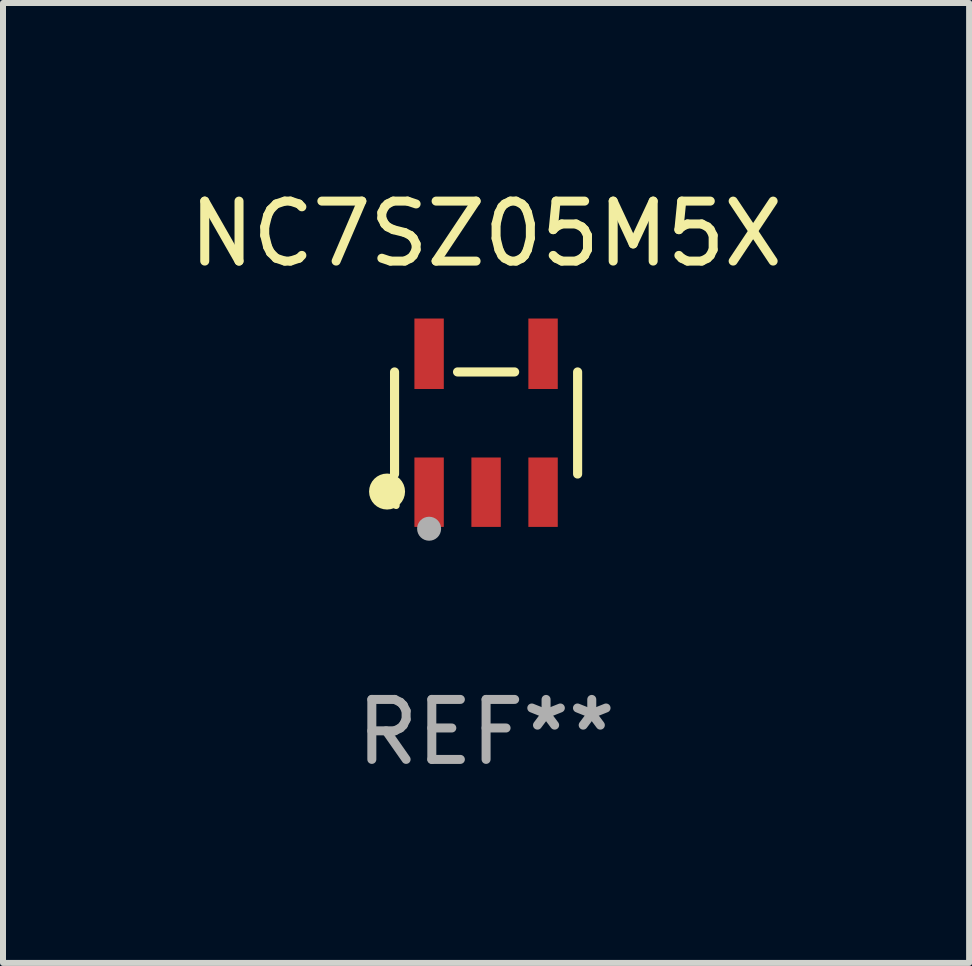
<source format=kicad_pcb>
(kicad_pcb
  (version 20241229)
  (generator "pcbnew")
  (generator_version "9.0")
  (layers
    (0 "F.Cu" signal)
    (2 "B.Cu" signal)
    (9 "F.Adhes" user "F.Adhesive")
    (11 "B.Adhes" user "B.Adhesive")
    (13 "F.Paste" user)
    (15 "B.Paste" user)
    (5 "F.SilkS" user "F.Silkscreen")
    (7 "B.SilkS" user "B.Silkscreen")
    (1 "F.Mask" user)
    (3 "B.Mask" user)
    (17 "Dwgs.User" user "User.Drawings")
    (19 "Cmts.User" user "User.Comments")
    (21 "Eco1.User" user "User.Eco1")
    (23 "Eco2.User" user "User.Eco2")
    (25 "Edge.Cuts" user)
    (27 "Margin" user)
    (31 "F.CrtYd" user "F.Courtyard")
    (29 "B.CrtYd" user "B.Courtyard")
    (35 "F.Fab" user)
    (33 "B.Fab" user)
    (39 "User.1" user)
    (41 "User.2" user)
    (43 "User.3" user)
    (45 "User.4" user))
  (footprint "NC7SZ05M5X"
    (layer "F.Cu")
    (at 5.054 4.002)
    (property "Reference" "NC7SZ05M5X" (at 0 -3.154 0) (layer "F.SilkS") (effects (font (size 1 1) (thickness 0.15))))
    (attr through_hole)
    (fp_line (start -1.526 0.851) (end -1.526 -0.851) (stroke (width 0.152) (type solid)) (layer "F.SilkS"))
    (fp_line (start 0.476 -0.851) (end -0.476 -0.851) (stroke (width 0.152) (type solid)) (layer "F.SilkS"))
    (fp_line (start 1.526 0.851) (end 1.526 -0.851) (stroke (width 0.152) (type solid)) (layer "F.SilkS"))
    (fp_circle (center -1.651 1.143) (end -1.501 1.143) (stroke (width 0.3) (type solid)) (fill no) (layer "F.SilkS"))
    (fp_circle (center -1.5 1.375) (end -1.47 1.375) (stroke (width 0.06) (type solid)) (fill no) (layer "F.SilkS"))
    (fp_circle (center -0.95 1.763) (end -0.85 1.763) (stroke (width 0.2) (type solid)) (fill no) (layer "F.Fab"))
    (fp_text user "REF**" (at 0 5.154 0) (layer "F.Fab") (effects (font (size 1 1) (thickness 0.15))))
    (pad "1" smd rect (at -0.95 1.154) (size 0.49 1.157) (layers "F.Cu" "F.Mask" "F.Paste"))
    (pad "2" smd rect (at 0 1.154) (size 0.49 1.157) (layers "F.Cu" "F.Mask" "F.Paste"))
    (pad "3" smd rect (at 0.95 1.154) (size 0.49 1.157) (layers "F.Cu" "F.Mask" "F.Paste"))
    (pad "4" smd rect (at 0.95 -1.154) (size 0.49 1.175) (layers "F.Cu" "F.Mask" "F.Paste"))
    (pad "5" smd rect (at -0.95 -1.154) (size 0.49 1.175) (layers "F.Cu" "F.Mask" "F.Paste")))
  (gr_rect
    (start -3 -3)
    (end 13.107 13.004)
    (stroke (width 0.1) (type default))
    (fill no)
    (layer "Edge.Cuts")))
</source>
